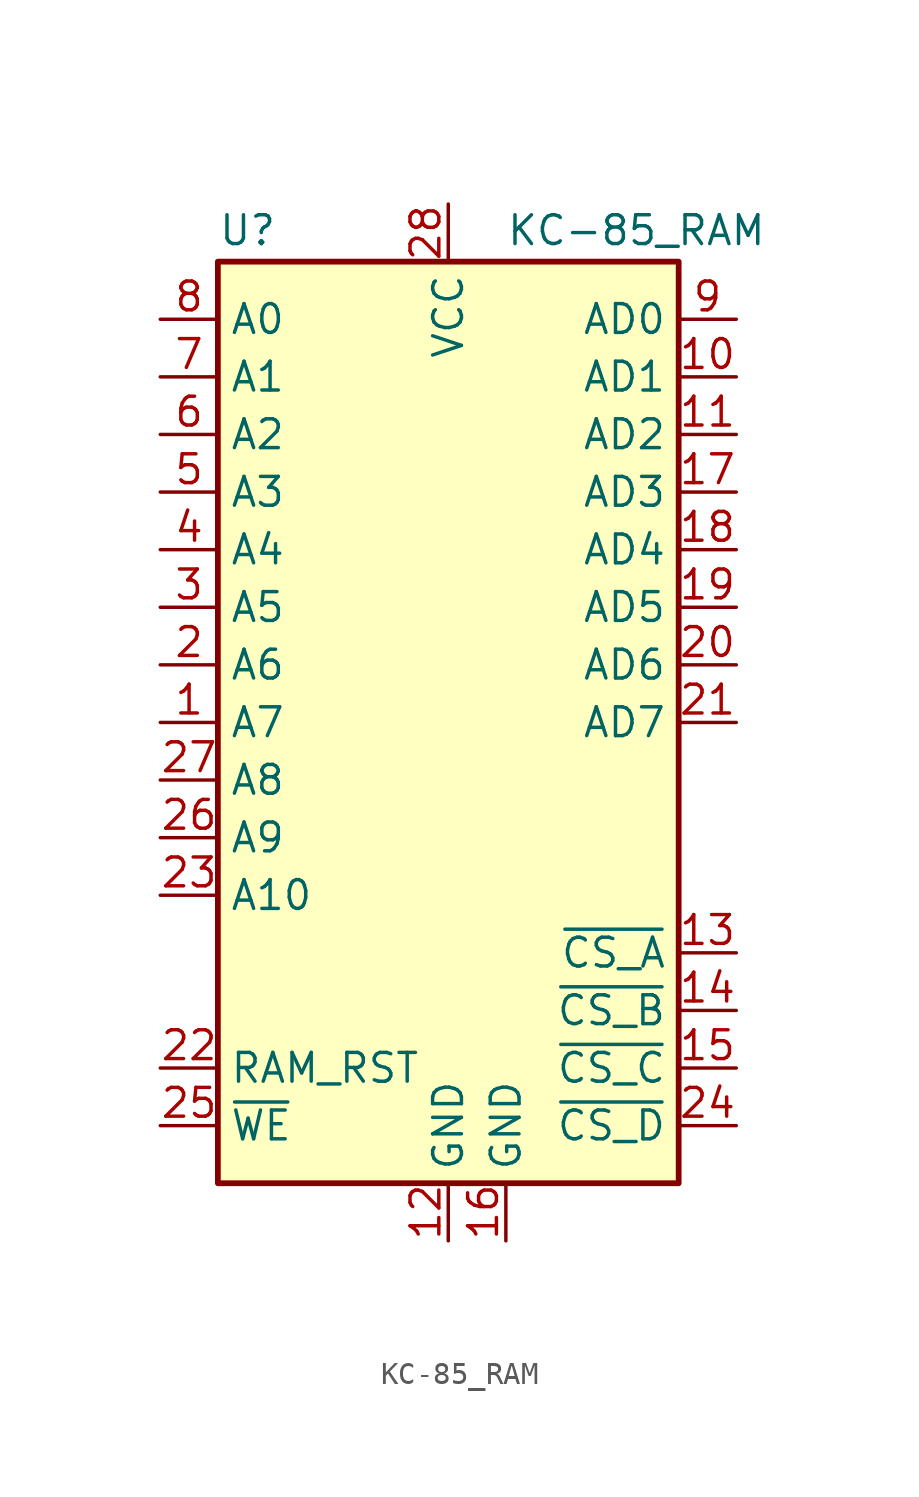
<source format=kicad_sym>
(kicad_symbol_lib
  (version 20211014)
  (generator kicad_symbol_editor)
  (symbol "KC-85_RAM"
    (property "Reference" "U"
      (at -10.16 20.955 0)
      (effects (font (size 1.27 1.27)) (justify left bottom)))
    (property "Value" "KC-85_RAM"
      (at 2.54 20.955 0)
      (effects (font (size 1.27 1.27)) (justify left bottom)))
    (symbol "KC-85_RAM_0_0"
      (pin power_in line (at 0 -22.86 90) (length 2.54) (name "GND" (effects (font (size 1.27 1.27)))) (number "12" (effects (font (size 1.27 1.27)))))
      (pin power_in line (at 0 22.86 270) (length 2.54) (name "VCC" (effects (font (size 1.27 1.27)))) (number "28" (effects (font (size 1.27 1.27))))))
    (symbol "KC-85_RAM_0_1"
      (rectangle (start -10.16 20.32) (end 10.16 -20.32) (stroke (width 0.254) (type default) (color 0 0 0 0)) (fill (type background))))
    (symbol "KC-85_RAM_1_1"
      (pin input line (at -12.7 0 0) (length 2.54) (name "A7" (effects (font (size 1.27 1.27)))) (number "1" (effects (font (size 1.27 1.27)))))
      (pin tri_state line (at 12.7 15.24 180) (length 2.54) (name "AD1" (effects (font (size 1.27 1.27)))) (number "10" (effects (font (size 1.27 1.27)))))
      (pin tri_state line (at 12.7 12.7 180) (length 2.54) (name "AD2" (effects (font (size 1.27 1.27)))) (number "11" (effects (font (size 1.27 1.27)))))
      (pin input line (at 12.7 -10.16 180) (length 2.54) (name "~{CS_A}" (effects (font (size 1.27 1.27)))) (number "13" (effects (font (size 1.27 1.27)))))
      (pin input line (at 12.7 -12.7 180) (length 2.54) (name "~{CS_B}" (effects (font (size 1.27 1.27)))) (number "14" (effects (font (size 1.27 1.27)))))
      (pin input line (at 12.7 -15.24 180) (length 2.54) (name "~{CS_C}" (effects (font (size 1.27 1.27)))) (number "15" (effects (font (size 1.27 1.27)))))
      (pin power_in line (at 2.54 -22.86 90) (length 2.54) (name "GND" (effects (font (size 1.27 1.27)))) (number "16" (effects (font (size 1.27 1.27)))))
      (pin tri_state line (at 12.7 10.16 180) (length 2.54) (name "AD3" (effects (font (size 1.27 1.27)))) (number "17" (effects (font (size 1.27 1.27)))))
      (pin tri_state line (at 12.7 7.62 180) (length 2.54) (name "AD4" (effects (font (size 1.27 1.27)))) (number "18" (effects (font (size 1.27 1.27)))))
      (pin tri_state line (at 12.7 5.08 180) (length 2.54) (name "AD5" (effects (font (size 1.27 1.27)))) (number "19" (effects (font (size 1.27 1.27)))))
      (pin input line (at -12.7 2.54 0) (length 2.54) (name "A6" (effects (font (size 1.27 1.27)))) (number "2" (effects (font (size 1.27 1.27)))))
      (pin tri_state line (at 12.7 2.54 180) (length 2.54) (name "AD6" (effects (font (size 1.27 1.27)))) (number "20" (effects (font (size 1.27 1.27)))))
      (pin tri_state line (at 12.7 0 180) (length 2.54) (name "AD7" (effects (font (size 1.27 1.27)))) (number "21" (effects (font (size 1.27 1.27)))))
      (pin input line (at -12.7 -15.24 0) (length 2.54) (name "RAM_RST" (effects (font (size 1.27 1.27)))) (number "22" (effects (font (size 1.27 1.27)))))
      (pin input line (at -12.7 -7.62 0) (length 2.54) (name "A10" (effects (font (size 1.27 1.27)))) (number "23" (effects (font (size 1.27 1.27)))))
      (pin input line (at 12.7 -17.78 180) (length 2.54) (name "~{CS_D}" (effects (font (size 1.27 1.27)))) (number "24" (effects (font (size 1.27 1.27)))))
      (pin input line (at -12.7 -17.78 0) (length 2.54) (name "~{WE}" (effects (font (size 1.27 1.27)))) (number "25" (effects (font (size 1.27 1.27)))))
      (pin input line (at -12.7 -5.08 0) (length 2.54) (name "A9" (effects (font (size 1.27 1.27)))) (number "26" (effects (font (size 1.27 1.27)))))
      (pin input line (at -12.7 -2.54 0) (length 2.54) (name "A8" (effects (font (size 1.27 1.27)))) (number "27" (effects (font (size 1.27 1.27)))))
      (pin input line (at -12.7 5.08 0) (length 2.54) (name "A5" (effects (font (size 1.27 1.27)))) (number "3" (effects (font (size 1.27 1.27)))))
      (pin input line (at -12.7 7.62 0) (length 2.54) (name "A4" (effects (font (size 1.27 1.27)))) (number "4" (effects (font (size 1.27 1.27)))))
      (pin input line (at -12.7 10.16 0) (length 2.54) (name "A3" (effects (font (size 1.27 1.27)))) (number "5" (effects (font (size 1.27 1.27)))))
      (pin input line (at -12.7 12.7 0) (length 2.54) (name "A2" (effects (font (size 1.27 1.27)))) (number "6" (effects (font (size 1.27 1.27)))))
      (pin input line (at -12.7 15.24 0) (length 2.54) (name "A1" (effects (font (size 1.27 1.27)))) (number "7" (effects (font (size 1.27 1.27)))))
      (pin input line (at -12.7 17.78 0) (length 2.54) (name "A0" (effects (font (size 1.27 1.27)))) (number "8" (effects (font (size 1.27 1.27)))))
      (pin tri_state line (at 12.7 17.78 180) (length 2.54) (name "AD0" (effects (font (size 1.27 1.27)))) (number "9" (effects (font (size 1.27 1.27))))))))
</source>
